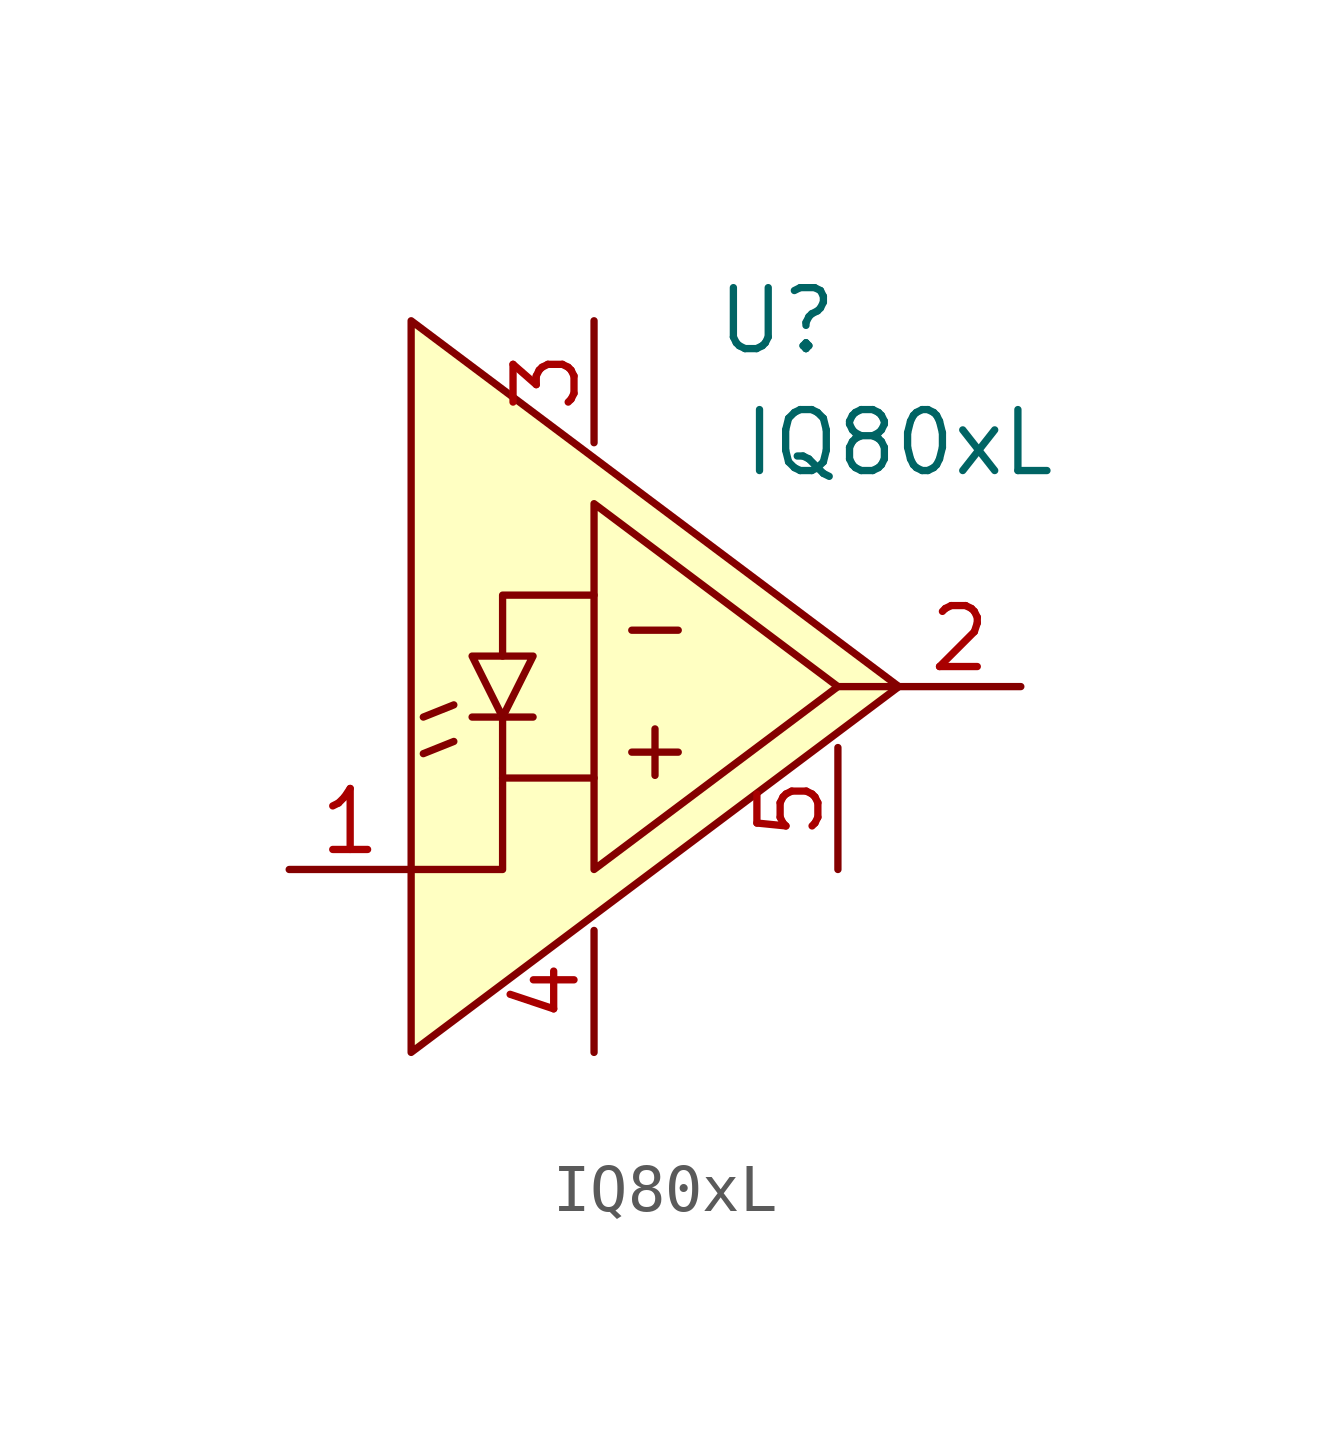
<source format=kicad_sym>
(kicad_symbol_lib
  (version 20220914)
  (generator kicad_symbol_editor)
  (symbol "IQ80xL"
    (pin_names hide)
    (property "Reference" "U"
      (at 7.62 15.24 0)
      (effects (font (size 1.27 1.27))))
    (property "Value" "IQ80xL"
      (at 10.16 12.7 0)
      (effects (font (size 1.27 1.27))))
    (symbol "IQ80xL_1_1"
      (polyline (pts (xy 0.254 6.223) (xy 0.889 6.477)) (stroke (width 0) (type default)) (fill (type none)))
      (polyline (pts (xy 0.254 6.985) (xy 0.889 7.239)) (stroke (width 0) (type default)) (fill (type none)))
      (polyline (pts (xy 1.27 6.985) (xy 2.54 6.985)) (stroke (width 0) (type default)) (fill (type none)))
      (polyline (pts (xy 8.89 7.62) (xy 10.16 7.62)) (stroke (width 0) (type default)) (fill (type none)))
      (polyline (pts (xy 1.905 5.715) (xy 1.905 3.81) (xy 0 3.81)) (stroke (width 0) (type default)) (fill (type none)))
      (polyline (pts (xy 1.905 6.985) (xy 1.905 5.715) (xy 3.81 5.715)) (stroke (width 0) (type default)) (fill (type none)))
      (polyline (pts (xy 3.81 9.525) (xy 1.905 9.525) (xy 1.905 8.255)) (stroke (width 0) (type default)) (fill (type none)))
      (polyline (pts (xy 1.27 8.255) (xy 2.54 8.255) (xy 1.905 6.985) (xy 1.27 8.255)) (stroke (width 0) (type default)) (fill (type none)))
      (polyline (pts (xy 3.81 11.43) (xy 3.81 3.81) (xy 8.89 7.62) (xy 3.81 11.43)) (stroke (width 0) (type default)) (fill (type none)))
      (polyline (pts (xy 10.16 7.62) (xy 0 15.24) (xy 0 0) (xy 10.16 7.62)) (stroke (width 0) (type default)) (fill (type background)))
      (text "+" (at 5.08 6.35 0) (effects (font (size 1.27 1.27))))
      (text "-" (at 5.08 8.89 0) (effects (font (size 1.27 1.27))))
      (pin input line (at -2.54 3.81 0) (length 2.54) (name "GND" (effects (font (size 1.27 1.27)))) (number "1" (effects (font (size 1.27 1.27)))))
      (pin input line (at 12.7 7.62 180) (length 2.54) (name "OUT" (effects (font (size 1.27 1.27)))) (number "2" (effects (font (size 1.27 1.27)))))
      (pin input line (at 3.81 15.24 270) (length 2.54) (name "V+" (effects (font (size 1.27 1.27)))) (number "3" (effects (font (size 1.27 1.27)))))
      (pin input line (at 3.81 0 90) (length 2.54) (name "V-" (effects (font (size 1.27 1.27)))) (number "4" (effects (font (size 1.27 1.27)))))
      (pin input line (at 8.89 3.81 90) (length 2.54) (name "CASE" (effects (font (size 1.27 1.27)))) (number "5" (effects (font (size 1.27 1.27))))))))
</source>
